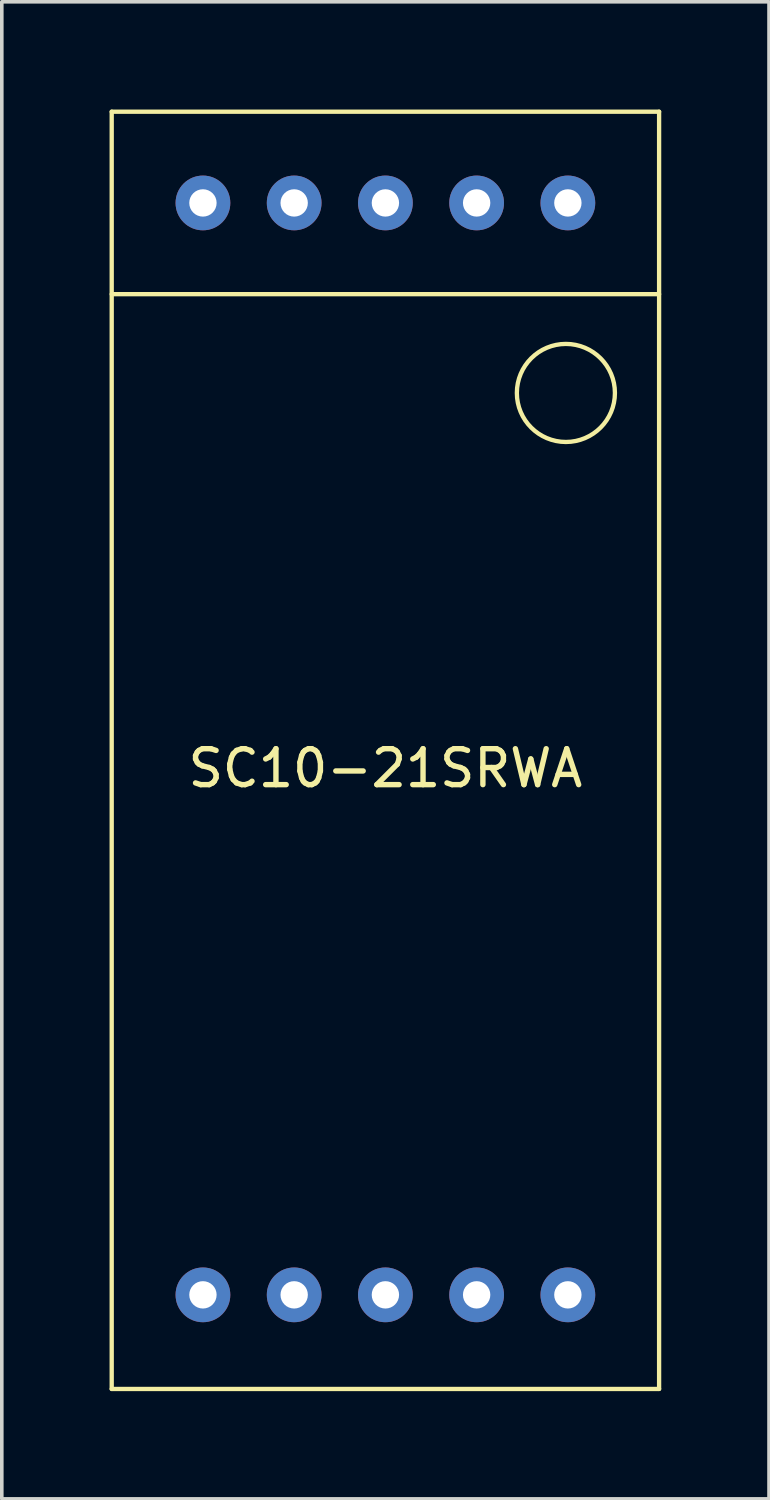
<source format=kicad_pcb>
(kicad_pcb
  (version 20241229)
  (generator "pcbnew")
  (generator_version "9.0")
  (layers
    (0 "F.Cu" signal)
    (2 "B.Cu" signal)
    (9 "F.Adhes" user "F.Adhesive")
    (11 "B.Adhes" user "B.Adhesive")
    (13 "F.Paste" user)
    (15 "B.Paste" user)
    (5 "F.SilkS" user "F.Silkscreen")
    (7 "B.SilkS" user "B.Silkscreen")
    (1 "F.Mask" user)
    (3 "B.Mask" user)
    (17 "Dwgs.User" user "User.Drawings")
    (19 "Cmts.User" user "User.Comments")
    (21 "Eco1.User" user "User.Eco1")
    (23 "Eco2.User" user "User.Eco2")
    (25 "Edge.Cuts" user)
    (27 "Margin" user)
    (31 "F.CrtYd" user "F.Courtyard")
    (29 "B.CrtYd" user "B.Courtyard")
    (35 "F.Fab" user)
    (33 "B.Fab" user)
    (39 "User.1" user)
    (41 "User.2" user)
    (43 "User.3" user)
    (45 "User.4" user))
  (footprint "SC10-21SRWA"
    (layer "F.Cu")
    (at 7.68 17.84)
    (property "Reference" "SC10-21SRWA" (at 0 0.5 0) (layer "F.SilkS") (effects (font (size 1 1) (thickness 0.15))))
    (attr through_hole)
    (fp_line (start -7.62 -17.78) (end -7.62 17.78) (stroke (width 0.12) (type solid)) (layer "F.SilkS"))
    (fp_line (start -7.62 -12.7) (end 7.62 -12.7) (stroke (width 0.12) (type solid)) (layer "F.SilkS"))
    (fp_line (start -7.62 17.78) (end 7.62 17.78) (stroke (width 0.12) (type solid)) (layer "F.SilkS"))
    (fp_line (start 7.62 -17.78) (end -7.62 -17.78) (stroke (width 0.12) (type solid)) (layer "F.SilkS"))
    (fp_line (start 7.62 17.78) (end 7.62 -17.78) (stroke (width 0.12) (type solid)) (layer "F.SilkS"))
    (fp_circle (center 5.025 -9.95) (end 6.39 -9.95) (stroke (width 0.12) (type solid)) (fill no) (layer "F.SilkS"))
    (pad "1" thru_hole circle (at -5.08 -15.24) (size 1.524 1.524) (drill 0.762) (layers "*.Cu" "*.Mask"))
    (pad "2" thru_hole circle (at -2.54 -15.24) (size 1.524 1.524) (drill 0.762) (layers "*.Cu" "*.Mask"))
    (pad "3" thru_hole circle (at 0 -15.24) (size 1.524 1.524) (drill 0.762) (layers "*.Cu" "*.Mask"))
    (pad "4" thru_hole circle (at 2.54 -15.24) (size 1.524 1.524) (drill 0.762) (layers "*.Cu" "*.Mask"))
    (pad "5" thru_hole circle (at 5.08 -15.24) (size 1.524 1.524) (drill 0.762) (layers "*.Cu" "*.Mask"))
    (pad "6" thru_hole circle (at 5.08 15.16) (size 1.524 1.524) (drill 0.762) (layers "*.Cu" "*.Mask"))
    (pad "7" thru_hole circle (at 2.54 15.16) (size 1.524 1.524) (drill 0.762) (layers "*.Cu" "*.Mask"))
    (pad "8" thru_hole circle (at 0 15.16) (size 1.524 1.524) (drill 0.762) (layers "*.Cu" "*.Mask"))
    (pad "9" thru_hole circle (at -2.54 15.16) (size 1.524 1.524) (drill 0.762) (layers "*.Cu" "*.Mask"))
    (pad "10" thru_hole circle (at -5.08 15.16) (size 1.524 1.524) (drill 0.762) (layers "*.Cu" "*.Mask")))
  (gr_rect
    (start -3 -3)
    (end 18.36 38.68)
    (stroke (width 0.1) (type default))
    (fill no)
    (layer "Edge.Cuts")))
</source>
